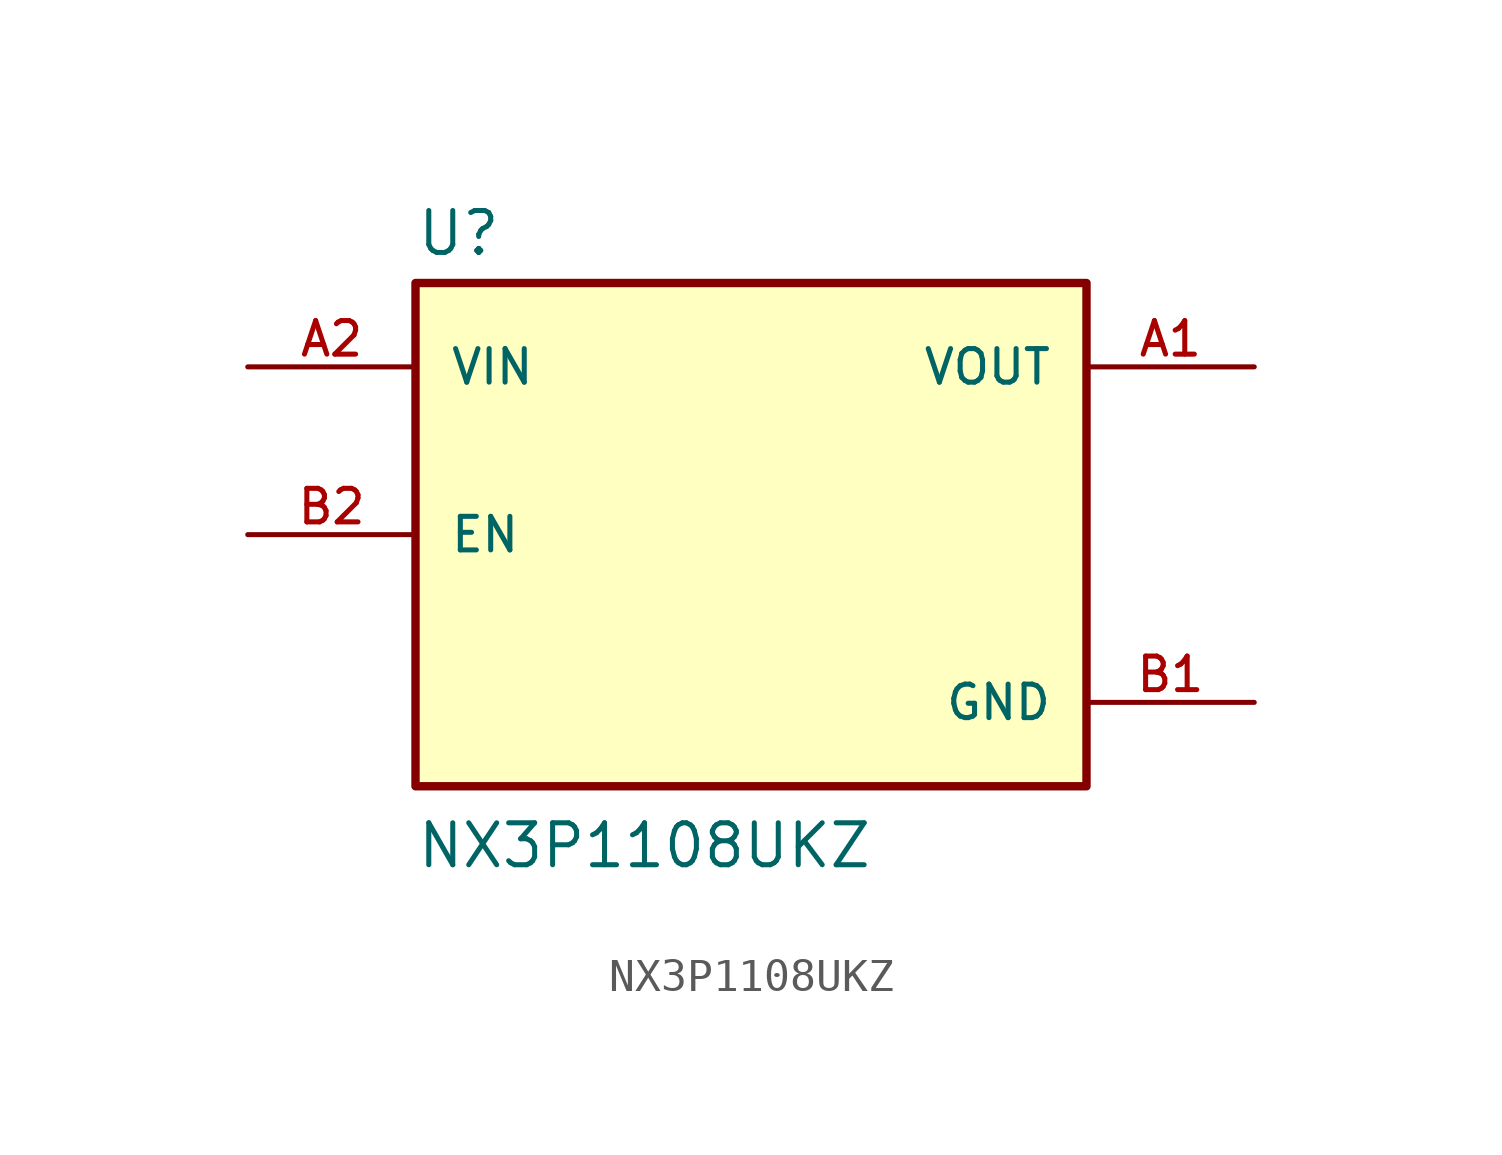
<source format=kicad_sym>
(kicad_symbol_lib
  (version 20211014)
  (generator kicad_symbol_editor)
  (symbol "NX3P1108UKZ"
    (pin_names
      (offset 1.016))
    (property "Reference" "U"
      (at -10.16 8.382 0)
      (effects (font (size 1.27 1.27)) (justify bottom left)))
    (property "Value" "NX3P1108UKZ"
      (at -10.16 -10.16 0)
      (effects (font (size 1.27 1.27)) (justify bottom left)))
    (symbol "NX3P1108UKZ_0_0"
      (rectangle (start -10.16 -7.62) (end 10.16 7.62) (stroke (width 0.254)) (fill (type background)))
      (pin output line (at 15.24 5.08 180.0) (length 5.08) (name "VOUT" (effects (font (size 1.016 1.016)))) (number "A1" (effects (font (size 1.016 1.016)))))
      (pin input line (at -15.24 5.08 0) (length 5.08) (name "VIN" (effects (font (size 1.016 1.016)))) (number "A2" (effects (font (size 1.016 1.016)))))
      (pin power_in line (at 15.24 -5.08 180.0) (length 5.08) (name "GND" (effects (font (size 1.016 1.016)))) (number "B1" (effects (font (size 1.016 1.016)))))
      (pin input line (at -15.24 0.0 0) (length 5.08) (name "EN" (effects (font (size 1.016 1.016)))) (number "B2" (effects (font (size 1.016 1.016))))))))
</source>
